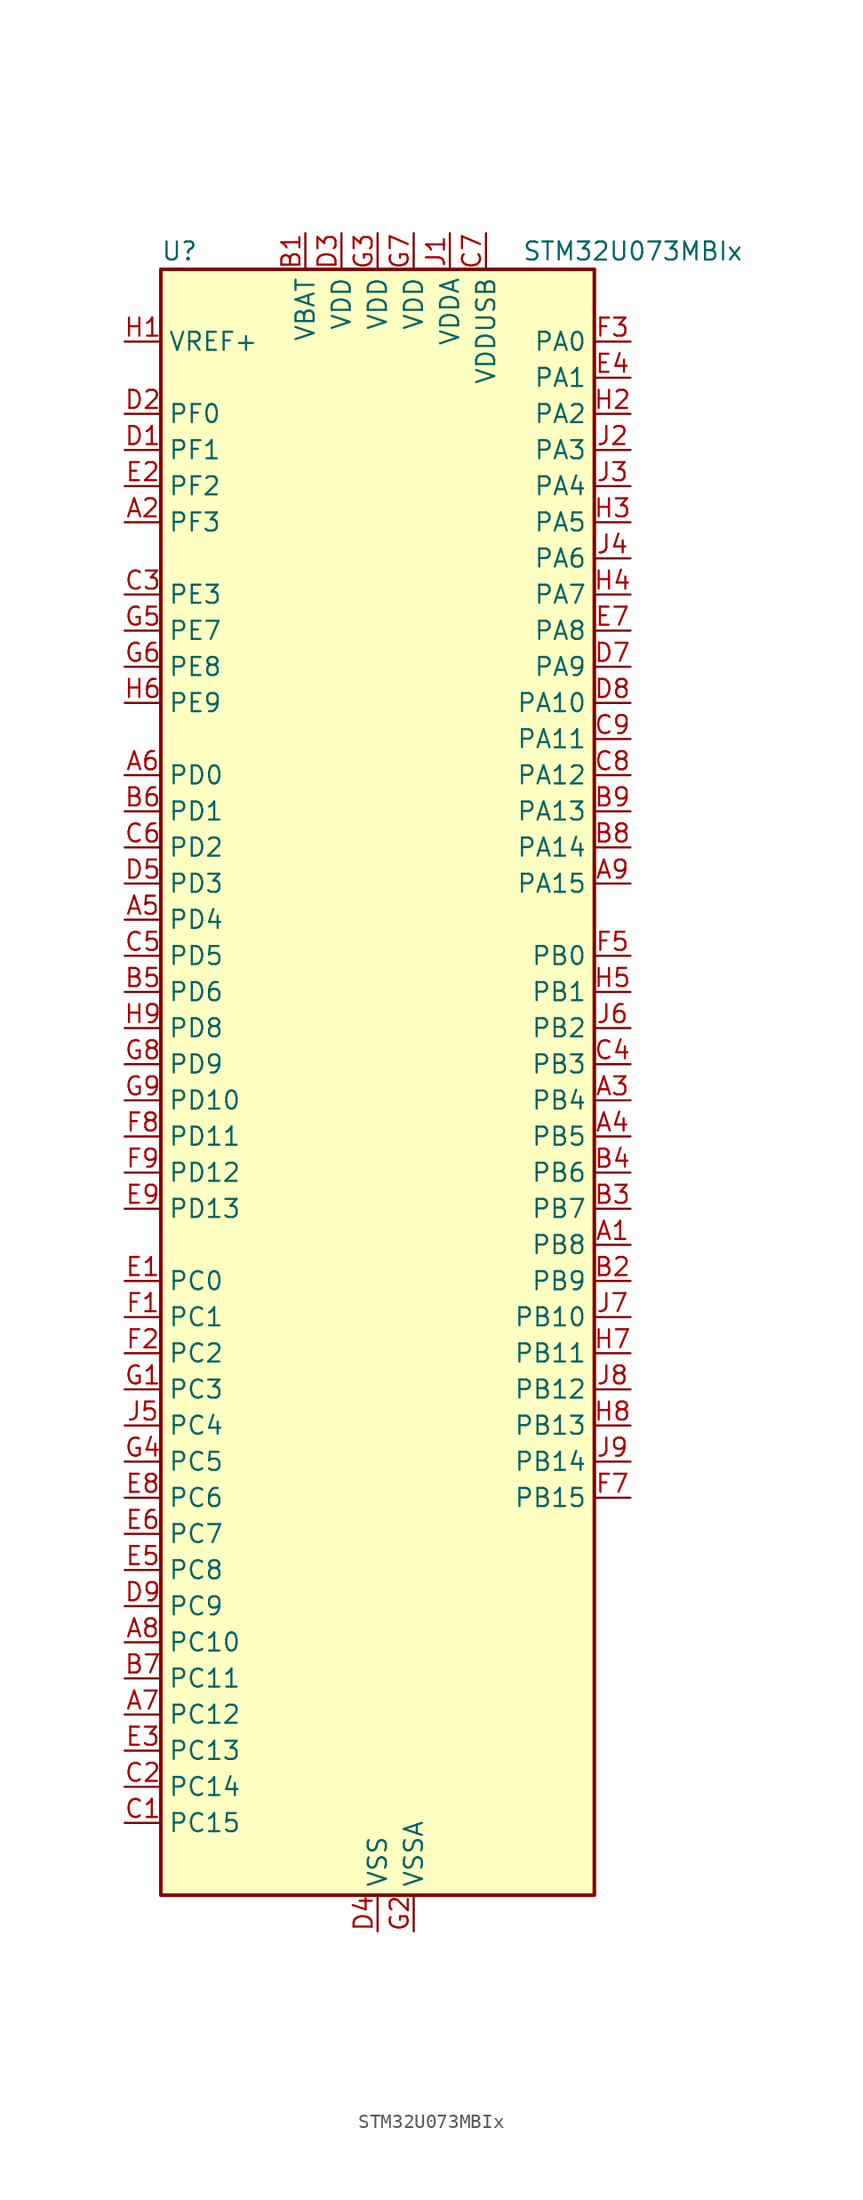
<source format=kicad_sym>
(kicad_symbol_lib
  (version 20241209)
  (generator "kicad_symbol_editor")
  (generator_version "9.0")
  (symbol "STM32U073MBIx"
    (property "Reference" "U"
      (at -15.24 59.69 0)
      (effects (font (size 1.27 1.27)) (justify left)))
    (property "Value" "STM32U073MBIx"
      (at 10.16 59.69 0)
      (effects (font (size 1.27 1.27)) (justify left)))
    (symbol "STM32U073MBIx_0_1"
      (rectangle (start -15.24 -55.88) (end 15.24 58.42) (stroke (width 0.254) (type default)) (fill (type background))))
    (symbol "STM32U073MBIx_1_1"
      (pin input line (at -17.78 53.34 0) (length 2.54) (name "VREF+" (effects (font (size 1.27 1.27)))) (number "H1" (effects (font (size 1.27 1.27)))) (alternate "VREFBUF_OUT" bidirectional line))
      (pin bidirectional line (at -17.78 48.26 0) (length 2.54) (name "PF0" (effects (font (size 1.27 1.27)))) (number "D2" (effects (font (size 1.27 1.27)))) (alternate "RCC_OSC_IN" bidirectional line))
      (pin bidirectional line (at -17.78 45.72 0) (length 2.54) (name "PF1" (effects (font (size 1.27 1.27)))) (number "D1" (effects (font (size 1.27 1.27)))) (alternate "RCC_OSC_EN" bidirectional line) (alternate "RCC_OSC_OUT" bidirectional line))
      (pin bidirectional line (at -17.78 43.18 0) (length 2.54) (name "PF2" (effects (font (size 1.27 1.27)))) (number "E2" (effects (font (size 1.27 1.27)))) (alternate "RCC_MCO" bidirectional line))
      (pin bidirectional line (at -17.78 40.64 0) (length 2.54) (name "PF3" (effects (font (size 1.27 1.27)))) (number "A2" (effects (font (size 1.27 1.27)))))
      (pin bidirectional line (at -17.78 35.56 0) (length 2.54) (name "PE3" (effects (font (size 1.27 1.27)))) (number "C3" (effects (font (size 1.27 1.27)))) (alternate "TIM3_CH1" bidirectional line))
      (pin bidirectional line (at -17.78 33.02 0) (length 2.54) (name "PE7" (effects (font (size 1.27 1.27)))) (number "G5" (effects (font (size 1.27 1.27)))) (alternate "LCD_SEG45" bidirectional line) (alternate "TIM1_ETR" bidirectional line))
      (pin bidirectional line (at -17.78 30.48 0) (length 2.54) (name "PE8" (effects (font (size 1.27 1.27)))) (number "G6" (effects (font (size 1.27 1.27)))) (alternate "LCD_SEG46" bidirectional line) (alternate "TIM1_CH1N" bidirectional line))
      (pin bidirectional line (at -17.78 27.94 0) (length 2.54) (name "PE9" (effects (font (size 1.27 1.27)))) (number "H6" (effects (font (size 1.27 1.27)))) (alternate "DAC1_EXTI9" bidirectional line) (alternate "LCD_SEG47" bidirectional line) (alternate "LPTIM1_CH3" bidirectional line) (alternate "TIM1_CH1" bidirectional line))
      (pin bidirectional line (at -17.78 22.86 0) (length 2.54) (name "PD0" (effects (font (size 1.27 1.27)))) (number "A6" (effects (font (size 1.27 1.27)))) (alternate "LCD_SEG34" bidirectional line) (alternate "SPI2_NSS" bidirectional line))
      (pin bidirectional line (at -17.78 20.32 0) (length 2.54) (name "PD1" (effects (font (size 1.27 1.27)))) (number "B6" (effects (font (size 1.27 1.27)))) (alternate "LCD_SEG35" bidirectional line) (alternate "LPTIM1_CH4" bidirectional line) (alternate "SPI2_SCK" bidirectional line))
      (pin bidirectional line (at -17.78 17.78 0) (length 2.54) (name "PD2" (effects (font (size 1.27 1.27)))) (number "C6" (effects (font (size 1.27 1.27)))) (alternate "LCD_COM7" bidirectional line) (alternate "LCD_SEG31" bidirectional line) (alternate "LCD_SEG51" bidirectional line) (alternate "TIM3_ETR" bidirectional line) (alternate "TSC_SYNC" bidirectional line) (alternate "USART3_DE" bidirectional line) (alternate "USART3_RTS" bidirectional line))
      (pin bidirectional line (at -17.78 15.24 0) (length 2.54) (name "PD3" (effects (font (size 1.27 1.27)))) (number "D5" (effects (font (size 1.27 1.27)))) (alternate "LCD_SEG36" bidirectional line) (alternate "SPI2_MISO" bidirectional line) (alternate "USART2_CTS" bidirectional line))
      (pin bidirectional line (at -17.78 12.7 0) (length 2.54) (name "PD4" (effects (font (size 1.27 1.27)))) (number "A5" (effects (font (size 1.27 1.27)))) (alternate "LCD_SEG37" bidirectional line) (alternate "LPTIM1_CH3" bidirectional line) (alternate "SPI2_MOSI" bidirectional line) (alternate "USART2_DE" bidirectional line) (alternate "USART2_RTS" bidirectional line))
      (pin bidirectional line (at -17.78 10.16 0) (length 2.54) (name "PD5" (effects (font (size 1.27 1.27)))) (number "C5" (effects (font (size 1.27 1.27)))) (alternate "LCD_SEG38" bidirectional line) (alternate "USART2_TX" bidirectional line))
      (pin bidirectional line (at -17.78 7.62 0) (length 2.54) (name "PD6" (effects (font (size 1.27 1.27)))) (number "B5" (effects (font (size 1.27 1.27)))) (alternate "LCD_SEG39" bidirectional line) (alternate "USART2_RX" bidirectional line))
      (pin bidirectional line (at -17.78 5.08 0) (length 2.54) (name "PD8" (effects (font (size 1.27 1.27)))) (number "H9" (effects (font (size 1.27 1.27)))) (alternate "LCD_SEG28" bidirectional line) (alternate "LPUART3_TX" bidirectional line) (alternate "USART3_TX" bidirectional line))
      (pin bidirectional line (at -17.78 2.54 0) (length 2.54) (name "PD9" (effects (font (size 1.27 1.27)))) (number "G8" (effects (font (size 1.27 1.27)))) (alternate "DAC1_EXTI9" bidirectional line) (alternate "LCD_SEG29" bidirectional line) (alternate "LPTIM3_IN1" bidirectional line) (alternate "LPUART3_RX" bidirectional line) (alternate "USART3_RX" bidirectional line))
      (pin bidirectional line (at -17.78 0 0) (length 2.54) (name "PD10" (effects (font (size 1.27 1.27)))) (number "G9" (effects (font (size 1.27 1.27)))) (alternate "COMP2_INP" bidirectional line) (alternate "LCD_SEG30" bidirectional line) (alternate "LPTIM2_CH2" bidirectional line) (alternate "LPTIM3_ETR" bidirectional line) (alternate "TSC_G6_IO1" bidirectional line) (alternate "USART3_CK" bidirectional line))
      (pin bidirectional line (at -17.78 -2.54 0) (length 2.54) (name "PD11" (effects (font (size 1.27 1.27)))) (number "F8" (effects (font (size 1.27 1.27)))) (alternate "ADC1_EXTI11" bidirectional line) (alternate "LCD_SEG31" bidirectional line) (alternate "LPTIM2_ETR" bidirectional line) (alternate "LPUART3_CTS" bidirectional line) (alternate "TSC_G6_IO2" bidirectional line) (alternate "USART3_CTS" bidirectional line))
      (pin bidirectional line (at -17.78 -5.08 0) (length 2.54) (name "PD12" (effects (font (size 1.27 1.27)))) (number "F9" (effects (font (size 1.27 1.27)))) (alternate "I2C4_SCL" bidirectional line) (alternate "LCD_SEG32" bidirectional line) (alternate "LPTIM2_IN1" bidirectional line) (alternate "LPUART3_DE" bidirectional line) (alternate "LPUART3_RTS" bidirectional line) (alternate "TSC_G6_IO3" bidirectional line) (alternate "USART3_DE" bidirectional line) (alternate "USART3_RTS" bidirectional line))
      (pin bidirectional line (at -17.78 -7.62 0) (length 2.54) (name "PD13" (effects (font (size 1.27 1.27)))) (number "E9" (effects (font (size 1.27 1.27)))) (alternate "I2C4_SDA" bidirectional line) (alternate "LCD_SEG33" bidirectional line) (alternate "LPTIM2_CH1" bidirectional line) (alternate "TSC_G6_IO4" bidirectional line))
      (pin bidirectional line (at -17.78 -12.7 0) (length 2.54) (name "PC0" (effects (font (size 1.27 1.27)))) (number "E1" (effects (font (size 1.27 1.27)))) (alternate "ADC1_IN0" bidirectional line) (alternate "I2C3_SCL" bidirectional line) (alternate "I2C4_SCL" bidirectional line) (alternate "LCD_SEG18" bidirectional line) (alternate "LPTIM1_IN1" bidirectional line) (alternate "LPTIM2_IN1" bidirectional line) (alternate "LPUART1_RX" bidirectional line) (alternate "LPUART2_TX" bidirectional line))
      (pin bidirectional line (at -17.78 -15.24 0) (length 2.54) (name "PC1" (effects (font (size 1.27 1.27)))) (number "F1" (effects (font (size 1.27 1.27)))) (alternate "ADC1_IN1" bidirectional line) (alternate "I2C3_SDA" bidirectional line) (alternate "I2C4_SDA" bidirectional line) (alternate "LCD_SEG19" bidirectional line) (alternate "LPTIM1_CH1" bidirectional line) (alternate "LPUART1_TX" bidirectional line) (alternate "LPUART2_RX" bidirectional line))
      (pin bidirectional line (at -17.78 -17.78 0) (length 2.54) (name "PC2" (effects (font (size 1.27 1.27)))) (number "F2" (effects (font (size 1.27 1.27)))) (alternate "ADC1_IN2" bidirectional line) (alternate "LCD_SEG20" bidirectional line) (alternate "LPTIM1_IN2" bidirectional line) (alternate "RCC_MCO2" bidirectional line) (alternate "SPI2_MISO" bidirectional line))
      (pin bidirectional line (at -17.78 -20.32 0) (length 2.54) (name "PC3" (effects (font (size 1.27 1.27)))) (number "G1" (effects (font (size 1.27 1.27)))) (alternate "ADC1_IN3" bidirectional line) (alternate "LCD_VLCD" bidirectional line) (alternate "LPTIM1_ETR" bidirectional line) (alternate "LPTIM2_ETR" bidirectional line) (alternate "LPTIM3_CH1" bidirectional line) (alternate "SPI2_MOSI" bidirectional line) (alternate "USART4_CK" bidirectional line))
      (pin bidirectional line (at -17.78 -22.86 0) (length 2.54) (name "PC4" (effects (font (size 1.27 1.27)))) (number "J5" (effects (font (size 1.27 1.27)))) (alternate "ADC1_IN15" bidirectional line) (alternate "COMP1_INM" bidirectional line) (alternate "LCD_SEG22" bidirectional line) (alternate "LPUART3_TX" bidirectional line) (alternate "USART3_TX" bidirectional line))
      (pin bidirectional line (at -17.78 -25.4 0) (length 2.54) (name "PC5" (effects (font (size 1.27 1.27)))) (number "G4" (effects (font (size 1.27 1.27)))) (alternate "ADC1_IN16" bidirectional line) (alternate "COMP1_INP" bidirectional line) (alternate "LCD_SEG23" bidirectional line) (alternate "LPTIM3_CH3" bidirectional line) (alternate "LPUART3_RX" bidirectional line) (alternate "PWR_WKUP5" bidirectional line) (alternate "TAMP_IN4" bidirectional line) (alternate "USART3_RX" bidirectional line))
      (pin bidirectional line (at -17.78 -27.94 0) (length 2.54) (name "PC6" (effects (font (size 1.27 1.27)))) (number "E8" (effects (font (size 1.27 1.27)))) (alternate "COMP1_INP" bidirectional line) (alternate "LCD_SEG24" bidirectional line) (alternate "LPUART2_TX" bidirectional line) (alternate "TIM3_CH1" bidirectional line) (alternate "TSC_G4_IO1" bidirectional line))
      (pin bidirectional line (at -17.78 -30.48 0) (length 2.54) (name "PC7" (effects (font (size 1.27 1.27)))) (number "E6" (effects (font (size 1.27 1.27)))) (alternate "LCD_SEG25" bidirectional line) (alternate "LPTIM2_CH2" bidirectional line) (alternate "LPTIM3_CH4" bidirectional line) (alternate "LPUART2_RX" bidirectional line) (alternate "TIM3_CH2" bidirectional line) (alternate "TSC_G4_IO2" bidirectional line))
      (pin bidirectional line (at -17.78 -33.02 0) (length 2.54) (name "PC8" (effects (font (size 1.27 1.27)))) (number "E5" (effects (font (size 1.27 1.27)))) (alternate "LCD_SEG26" bidirectional line) (alternate "LPTIM3_CH1" bidirectional line) (alternate "TIM3_CH3" bidirectional line) (alternate "TSC_G4_IO3" bidirectional line))
      (pin bidirectional line (at -17.78 -35.56 0) (length 2.54) (name "PC9" (effects (font (size 1.27 1.27)))) (number "D9" (effects (font (size 1.27 1.27)))) (alternate "DAC1_EXTI9" bidirectional line) (alternate "LCD_SEG27" bidirectional line) (alternate "LPTIM3_CH2" bidirectional line) (alternate "TIM3_CH4" bidirectional line) (alternate "TSC_G4_IO4" bidirectional line) (alternate "USB_NOE" bidirectional line))
      (pin bidirectional line (at -17.78 -38.1 0) (length 2.54) (name "PC10" (effects (font (size 1.27 1.27)))) (number "A8" (effects (font (size 1.27 1.27)))) (alternate "LCD_COM4" bidirectional line) (alternate "LCD_SEG28" bidirectional line) (alternate "LCD_SEG48" bidirectional line) (alternate "LPTIM3_ETR" bidirectional line) (alternate "SPI3_SCK" bidirectional line) (alternate "TSC_G3_IO2" bidirectional line) (alternate "USART3_TX" bidirectional line) (alternate "USART4_TX" bidirectional line))
      (pin bidirectional line (at -17.78 -40.64 0) (length 2.54) (name "PC11" (effects (font (size 1.27 1.27)))) (number "B7" (effects (font (size 1.27 1.27)))) (alternate "ADC1_EXTI11" bidirectional line) (alternate "LCD_COM5" bidirectional line) (alternate "LCD_SEG29" bidirectional line) (alternate "LCD_SEG49" bidirectional line) (alternate "LPTIM3_IN1" bidirectional line) (alternate "SPI3_MISO" bidirectional line) (alternate "TSC_G3_IO3" bidirectional line) (alternate "USART3_RX" bidirectional line) (alternate "USART4_RX" bidirectional line))
      (pin bidirectional line (at -17.78 -43.18 0) (length 2.54) (name "PC12" (effects (font (size 1.27 1.27)))) (number "A7" (effects (font (size 1.27 1.27)))) (alternate "LCD_COM6" bidirectional line) (alternate "LCD_SEG30" bidirectional line) (alternate "LCD_SEG50" bidirectional line) (alternate "LPTIM3_CH3" bidirectional line) (alternate "SPI3_MOSI" bidirectional line) (alternate "USART3_CK" bidirectional line) (alternate "USART4_CK" bidirectional line))
      (pin bidirectional line (at -17.78 -45.72 0) (length 2.54) (name "PC13" (effects (font (size 1.27 1.27)))) (number "E3" (effects (font (size 1.27 1.27)))) (alternate "LPTIM1_CH3" bidirectional line) (alternate "LPTIM3_CH3" bidirectional line) (alternate "PWR_WKUP2" bidirectional line) (alternate "RTC_OUT1" bidirectional line) (alternate "RTC_TS" bidirectional line) (alternate "TAMP_IN1" bidirectional line))
      (pin bidirectional line (at -17.78 -48.26 0) (length 2.54) (name "PC14" (effects (font (size 1.27 1.27)))) (number "C2" (effects (font (size 1.27 1.27)))) (alternate "RCC_OSC32_IN" bidirectional line))
      (pin bidirectional line (at -17.78 -50.8 0) (length 2.54) (name "PC15" (effects (font (size 1.27 1.27)))) (number "C1" (effects (font (size 1.27 1.27)))) (alternate "RCC_OSC32_EN" bidirectional line) (alternate "RCC_OSC32_OUT" bidirectional line) (alternate "RCC_OSC_EN" bidirectional line))
      (pin power_in line (at -5.08 60.96 270) (length 2.54) (name "VBAT" (effects (font (size 1.27 1.27)))) (number "B1" (effects (font (size 1.27 1.27)))))
      (pin power_in line (at -2.54 60.96 270) (length 2.54) (name "VDD" (effects (font (size 1.27 1.27)))) (number "D3" (effects (font (size 1.27 1.27)))))
      (pin power_in line (at 0 60.96 270) (length 2.54) (name "VDD" (effects (font (size 1.27 1.27)))) (number "G3" (effects (font (size 1.27 1.27)))))
      (pin power_in line (at 0 -58.42 90) (length 2.54) (name "VSS" (effects (font (size 1.27 1.27)))) (number "D4" (effects (font (size 1.27 1.27)))))
      (pin passive line (at 0 -58.42 90) (length 2.54) (hide yes) (name "VSS" (effects (font (size 1.27 1.27)))) (number "D6" (effects (font (size 1.27 1.27)))))
      (pin passive line (at 0 -58.42 90) (length 2.54) (hide yes) (name "VSS" (effects (font (size 1.27 1.27)))) (number "F4" (effects (font (size 1.27 1.27)))))
      (pin passive line (at 0 -58.42 90) (length 2.54) (hide yes) (name "VSS" (effects (font (size 1.27 1.27)))) (number "F6" (effects (font (size 1.27 1.27)))))
      (pin power_in line (at 2.54 60.96 270) (length 2.54) (name "VDD" (effects (font (size 1.27 1.27)))) (number "G7" (effects (font (size 1.27 1.27)))))
      (pin power_in line (at 2.54 -58.42 90) (length 2.54) (name "VSSA" (effects (font (size 1.27 1.27)))) (number "G2" (effects (font (size 1.27 1.27)))))
      (pin power_in line (at 5.08 60.96 270) (length 2.54) (name "VDDA" (effects (font (size 1.27 1.27)))) (number "J1" (effects (font (size 1.27 1.27)))))
      (pin power_in line (at 7.62 60.96 270) (length 2.54) (name "VDDUSB" (effects (font (size 1.27 1.27)))) (number "C7" (effects (font (size 1.27 1.27)))))
      (pin bidirectional line (at 17.78 53.34 180) (length 2.54) (name "PA0" (effects (font (size 1.27 1.27)))) (number "F3" (effects (font (size 1.27 1.27)))) (alternate "ADC1_IN4" bidirectional line) (alternate "COMP1_INM" bidirectional line) (alternate "COMP1_OUT" bidirectional line) (alternate "LCD_SEG42" bidirectional line) (alternate "OPAMP1_VINP" bidirectional line) (alternate "PWR_WKUP1" bidirectional line) (alternate "TAMP_IN2" bidirectional line) (alternate "TIM2_CH1" bidirectional line) (alternate "TIM2_ETR" bidirectional line) (alternate "USART2_CTS" bidirectional line) (alternate "USART4_TX" bidirectional line))
      (pin bidirectional line (at 17.78 50.8 180) (length 2.54) (name "PA1" (effects (font (size 1.27 1.27)))) (number "E4" (effects (font (size 1.27 1.27)))) (alternate "ADC1_IN5" bidirectional line) (alternate "COMP1_INP" bidirectional line) (alternate "LCD_SEG0" bidirectional line) (alternate "LPTIM1_CH2" bidirectional line) (alternate "OPAMP1_VINM" bidirectional line) (alternate "PWR_WKUP3" bidirectional line) (alternate "SPI1_SCK" bidirectional line) (alternate "SPI2_SCK" bidirectional line) (alternate "TAMP_IN5" bidirectional line) (alternate "TIM15_CH1N" bidirectional line) (alternate "TIM2_CH2" bidirectional line) (alternate "USART2_DE" bidirectional line) (alternate "USART2_RTS" bidirectional line) (alternate "USART4_RX" bidirectional line))
      (pin bidirectional line (at 17.78 48.26 180) (length 2.54) (name "PA2" (effects (font (size 1.27 1.27)))) (number "H2" (effects (font (size 1.27 1.27)))) (alternate "ADC1_IN6" bidirectional line) (alternate "COMP2_INM" bidirectional line) (alternate "COMP2_OUT" bidirectional line) (alternate "LCD_SEG1" bidirectional line) (alternate "LPUART1_TX" bidirectional line) (alternate "PWR_WKUP4" bidirectional line) (alternate "RCC_LSCO" bidirectional line) (alternate "TIM15_CH1" bidirectional line) (alternate "TIM2_CH3" bidirectional line) (alternate "USART2_TX" bidirectional line))
      (pin bidirectional line (at 17.78 45.72 180) (length 2.54) (name "PA3" (effects (font (size 1.27 1.27)))) (number "J2" (effects (font (size 1.27 1.27)))) (alternate "ADC1_IN7" bidirectional line) (alternate "COMP2_INP" bidirectional line) (alternate "LCD_SEG2" bidirectional line) (alternate "LPUART1_RX" bidirectional line) (alternate "OPAMP1_VOUT" bidirectional line) (alternate "TIM15_CH2" bidirectional line) (alternate "TIM2_CH4" bidirectional line) (alternate "USART2_RX" bidirectional line))
      (pin bidirectional line (at 17.78 43.18 180) (length 2.54) (name "PA4" (effects (font (size 1.27 1.27)))) (number "J3" (effects (font (size 1.27 1.27)))) (alternate "ADC1_IN8" bidirectional line) (alternate "COMP1_INM" bidirectional line) (alternate "COMP2_INM" bidirectional line) (alternate "DAC1_OUT1" bidirectional line) (alternate "LCD_SEG43" bidirectional line) (alternate "LPTIM2_CH1" bidirectional line) (alternate "LPUART3_TX" bidirectional line) (alternate "SPI1_NSS" bidirectional line) (alternate "SPI3_NSS" bidirectional line) (alternate "USART2_CK" bidirectional line))
      (pin bidirectional line (at 17.78 40.64 180) (length 2.54) (name "PA5" (effects (font (size 1.27 1.27)))) (number "H3" (effects (font (size 1.27 1.27)))) (alternate "ADC1_IN9" bidirectional line) (alternate "COMP1_INM" bidirectional line) (alternate "COMP2_INM" bidirectional line) (alternate "LCD_SEG44" bidirectional line) (alternate "LPTIM2_ETR" bidirectional line) (alternate "LPUART3_RX" bidirectional line) (alternate "SPI1_SCK" bidirectional line) (alternate "TIM2_CH1" bidirectional line) (alternate "TIM2_ETR" bidirectional line) (alternate "USART3_TX" bidirectional line))
      (pin bidirectional line (at 17.78 38.1 180) (length 2.54) (name "PA6" (effects (font (size 1.27 1.27)))) (number "J4" (effects (font (size 1.27 1.27)))) (alternate "ADC1_IN10" bidirectional line) (alternate "COMP1_OUT" bidirectional line) (alternate "I2C2_SDA" bidirectional line) (alternate "I2C3_SDA" bidirectional line) (alternate "LCD_SEG3" bidirectional line) (alternate "LPUART1_CTS" bidirectional line) (alternate "SPI1_MISO" bidirectional line) (alternate "TIM16_CH1" bidirectional line) (alternate "TIM1_BKIN" bidirectional line) (alternate "TIM3_CH1" bidirectional line) (alternate "TSC_G5_IO1" bidirectional line) (alternate "USART3_CTS" bidirectional line))
      (pin bidirectional line (at 17.78 35.56 180) (length 2.54) (name "PA7" (effects (font (size 1.27 1.27)))) (number "H4" (effects (font (size 1.27 1.27)))) (alternate "ADC1_IN14" bidirectional line) (alternate "COMP2_OUT" bidirectional line) (alternate "I2C2_SCL" bidirectional line) (alternate "I2C3_SCL" bidirectional line) (alternate "LCD_SEG4" bidirectional line) (alternate "LPTIM2_CH2" bidirectional line) (alternate "SPI1_MOSI" bidirectional line) (alternate "TIM1_CH1N" bidirectional line) (alternate "TIM3_CH2" bidirectional line) (alternate "USART3_RX" bidirectional line))
      (pin bidirectional line (at 17.78 33.02 180) (length 2.54) (name "PA8" (effects (font (size 1.27 1.27)))) (number "E7" (effects (font (size 1.27 1.27)))) (alternate "LCD_COM0" bidirectional line) (alternate "LPTIM2_CH1" bidirectional line) (alternate "RCC_MCO" bidirectional line) (alternate "RCC_MCO2" bidirectional line) (alternate "TIM1_CH1" bidirectional line) (alternate "TSC_G7_IO1" bidirectional line) (alternate "USART1_CK" bidirectional line))
      (pin bidirectional line (at 17.78 30.48 180) (length 2.54) (name "PA9" (effects (font (size 1.27 1.27)))) (number "D7" (effects (font (size 1.27 1.27)))) (alternate "COMP1_INP" bidirectional line) (alternate "DAC1_EXTI9" bidirectional line) (alternate "I2C1_SCL" bidirectional line) (alternate "I2C2_SCL" bidirectional line) (alternate "LCD_COM1" bidirectional line) (alternate "RCC_MCO" bidirectional line) (alternate "TIM15_BKIN" bidirectional line) (alternate "TIM1_CH2" bidirectional line) (alternate "TSC_G7_IO2" bidirectional line) (alternate "USART1_TX" bidirectional line))
      (pin bidirectional line (at 17.78 27.94 180) (length 2.54) (name "PA10" (effects (font (size 1.27 1.27)))) (number "D8" (effects (font (size 1.27 1.27)))) (alternate "CRS_SYNC" bidirectional line) (alternate "I2C1_SDA" bidirectional line) (alternate "I2C2_SDA" bidirectional line) (alternate "LCD_COM2" bidirectional line) (alternate "RCC_MCO2" bidirectional line) (alternate "SPI2_NSS" bidirectional line) (alternate "TIM1_CH3" bidirectional line) (alternate "TSC_G7_IO3" bidirectional line) (alternate "USART1_RX" bidirectional line))
      (pin bidirectional line (at 17.78 25.4 180) (length 2.54) (name "PA11" (effects (font (size 1.27 1.27)))) (number "C9" (effects (font (size 1.27 1.27)))) (alternate "ADC1_EXTI11" bidirectional line) (alternate "COMP1_OUT" bidirectional line) (alternate "SPI1_MISO" bidirectional line) (alternate "SPI2_MISO" bidirectional line) (alternate "TIM1_BKIN2" bidirectional line) (alternate "TIM1_CH4" bidirectional line) (alternate "USART1_CTS" bidirectional line) (alternate "USB_DM" bidirectional line))
      (pin bidirectional line (at 17.78 22.86 180) (length 2.54) (name "PA12" (effects (font (size 1.27 1.27)))) (number "C8" (effects (font (size 1.27 1.27)))) (alternate "SPI1_MOSI" bidirectional line) (alternate "SPI2_MOSI" bidirectional line) (alternate "TIM1_ETR" bidirectional line) (alternate "USART1_DE" bidirectional line) (alternate "USART1_RTS" bidirectional line) (alternate "USB_DP" bidirectional line))
      (pin bidirectional line (at 17.78 20.32 180) (length 2.54) (name "PA13" (effects (font (size 1.27 1.27)))) (number "B9" (effects (font (size 1.27 1.27)))) (alternate "DEBUG_JTMS-SWDIO" bidirectional line) (alternate "IR_OUT" bidirectional line) (alternate "LCD_SEG40" bidirectional line) (alternate "TSC_G7_IO4" bidirectional line) (alternate "USB_NOE" bidirectional line))
      (pin bidirectional line (at 17.78 17.78 180) (length 2.54) (name "PA14" (effects (font (size 1.27 1.27)))) (number "B8" (effects (font (size 1.27 1.27)))) (alternate "DEBUG_JTCK-SWCLK" bidirectional line) (alternate "LCD_SEG41" bidirectional line) (alternate "LPTIM1_CH1" bidirectional line) (alternate "TSC_G3_IO4" bidirectional line))
      (pin bidirectional line (at 17.78 15.24 180) (length 2.54) (name "PA15" (effects (font (size 1.27 1.27)))) (number "A9" (effects (font (size 1.27 1.27)))) (alternate "DEBUG_JTDI" bidirectional line) (alternate "LCD_SEG17" bidirectional line) (alternate "LPTIM3_CH3" bidirectional line) (alternate "LPTIM3_IN2" bidirectional line) (alternate "SPI1_NSS" bidirectional line) (alternate "SPI3_NSS" bidirectional line) (alternate "TIM2_CH1" bidirectional line) (alternate "TIM2_ETR" bidirectional line) (alternate "TSC_G3_IO1" bidirectional line) (alternate "USART2_RX" bidirectional line) (alternate "USART3_DE" bidirectional line) (alternate "USART3_RTS" bidirectional line) (alternate "USART4_DE" bidirectional line) (alternate "USART4_RTS" bidirectional line))
      (pin bidirectional line (at 17.78 10.16 180) (length 2.54) (name "PB0" (effects (font (size 1.27 1.27)))) (number "F5" (effects (font (size 1.27 1.27)))) (alternate "ADC1_IN17" bidirectional line) (alternate "COMP1_OUT" bidirectional line) (alternate "LCD_SEG5" bidirectional line) (alternate "LPTIM3_CH1" bidirectional line) (alternate "LPUART2_CTS" bidirectional line) (alternate "SPI1_NSS" bidirectional line) (alternate "TIM1_CH2N" bidirectional line) (alternate "TIM3_CH3" bidirectional line) (alternate "TSC_G5_IO2" bidirectional line) (alternate "USART3_CK" bidirectional line))
      (pin bidirectional line (at 17.78 7.62 180) (length 2.54) (name "PB1" (effects (font (size 1.27 1.27)))) (number "H5" (effects (font (size 1.27 1.27)))) (alternate "ADC1_IN18" bidirectional line) (alternate "COMP1_INM" bidirectional line) (alternate "LCD_SEG6" bidirectional line) (alternate "LPTIM2_IN1" bidirectional line) (alternate "LPTIM3_CH2" bidirectional line) (alternate "LPUART1_DE" bidirectional line) (alternate "LPUART1_RTS" bidirectional line) (alternate "LPUART2_DE" bidirectional line) (alternate "LPUART2_RTS" bidirectional line) (alternate "TIM1_CH3N" bidirectional line) (alternate "TIM3_CH4" bidirectional line) (alternate "TSC_SYNC" bidirectional line) (alternate "USART3_DE" bidirectional line) (alternate "USART3_RTS" bidirectional line))
      (pin bidirectional line (at 17.78 5.08 180) (length 2.54) (name "PB2" (effects (font (size 1.27 1.27)))) (number "J6" (effects (font (size 1.27 1.27)))) (alternate "COMP1_INP" bidirectional line) (alternate "LCD_VLCD" bidirectional line) (alternate "LPTIM1_CH1" bidirectional line) (alternate "RTC_OUT2" bidirectional line))
      (pin bidirectional line (at 17.78 2.54 180) (length 2.54) (name "PB3" (effects (font (size 1.27 1.27)))) (number "C4" (effects (font (size 1.27 1.27)))) (alternate "COMP2_INM" bidirectional line) (alternate "DEBUG_JTDO-SWO" bidirectional line) (alternate "I2C2_SCL" bidirectional line) (alternate "I2C3_SCL" bidirectional line) (alternate "LCD_SEG7" bidirectional line) (alternate "LPTIM1_CH3" bidirectional line) (alternate "SPI1_SCK" bidirectional line) (alternate "SPI3_SCK" bidirectional line) (alternate "TIM2_CH2" bidirectional line) (alternate "USART1_DE" bidirectional line) (alternate "USART1_RTS" bidirectional line))
      (pin bidirectional line (at 17.78 0 180) (length 2.54) (name "PB4" (effects (font (size 1.27 1.27)))) (number "A3" (effects (font (size 1.27 1.27)))) (alternate "COMP2_INP" bidirectional line) (alternate "I2C2_SDA" bidirectional line) (alternate "I2C3_SDA" bidirectional line) (alternate "LCD_SEG8" bidirectional line) (alternate "LPTIM1_CH4" bidirectional line) (alternate "LPUART3_DE" bidirectional line) (alternate "LPUART3_RTS" bidirectional line) (alternate "SPI1_MISO" bidirectional line) (alternate "SPI3_MISO" bidirectional line) (alternate "TIM3_CH1" bidirectional line) (alternate "TSC_G2_IO1" bidirectional line) (alternate "USART1_CTS" bidirectional line))
      (pin bidirectional line (at 17.78 -2.54 180) (length 2.54) (name "PB5" (effects (font (size 1.27 1.27)))) (number "A4" (effects (font (size 1.27 1.27)))) (alternate "COMP2_OUT" bidirectional line) (alternate "LCD_SEG9" bidirectional line) (alternate "LPTIM1_IN1" bidirectional line) (alternate "LPUART3_CTS" bidirectional line) (alternate "SPI1_MOSI" bidirectional line) (alternate "SPI3_MOSI" bidirectional line) (alternate "TIM16_BKIN" bidirectional line) (alternate "TIM3_CH2" bidirectional line) (alternate "TSC_G2_IO2" bidirectional line) (alternate "USART1_CK" bidirectional line))
      (pin bidirectional line (at 17.78 -5.08 180) (length 2.54) (name "PB6" (effects (font (size 1.27 1.27)))) (number "B4" (effects (font (size 1.27 1.27)))) (alternate "COMP2_INP" bidirectional line) (alternate "I2C1_SCL" bidirectional line) (alternate "I2C2_SCL" bidirectional line) (alternate "I2C4_SCL" bidirectional line) (alternate "LPTIM1_ETR" bidirectional line) (alternate "LPUART2_TX" bidirectional line) (alternate "LPUART3_TX" bidirectional line) (alternate "TIM16_CH1N" bidirectional line) (alternate "TSC_G2_IO3" bidirectional line) (alternate "USART1_TX" bidirectional line))
      (pin bidirectional line (at 17.78 -7.62 180) (length 2.54) (name "PB7" (effects (font (size 1.27 1.27)))) (number "B3" (effects (font (size 1.27 1.27)))) (alternate "COMP2_INM" bidirectional line) (alternate "I2C1_SDA" bidirectional line) (alternate "I2C2_SDA" bidirectional line) (alternate "I2C4_SDA" bidirectional line) (alternate "LCD_SEG21" bidirectional line) (alternate "LPTIM1_IN2" bidirectional line) (alternate "LPUART2_RX" bidirectional line) (alternate "LPUART3_RX" bidirectional line) (alternate "PWR_PVD_IN" bidirectional line) (alternate "TSC_G2_IO4" bidirectional line) (alternate "USART1_RX" bidirectional line) (alternate "USART4_CTS" bidirectional line))
      (pin bidirectional line (at 17.78 -10.16 180) (length 2.54) (name "PB8" (effects (font (size 1.27 1.27)))) (number "A1" (effects (font (size 1.27 1.27)))) (alternate "I2C1_SCL" bidirectional line) (alternate "I2C2_SCL" bidirectional line) (alternate "LCD_SEG16" bidirectional line) (alternate "LPTIM1_IN2" bidirectional line) (alternate "LPTIM3_IN2" bidirectional line) (alternate "TIM16_CH1" bidirectional line) (alternate "USART3_TX" bidirectional line))
      (pin bidirectional line (at 17.78 -12.7 180) (length 2.54) (name "PB9" (effects (font (size 1.27 1.27)))) (number "B2" (effects (font (size 1.27 1.27)))) (alternate "DAC1_EXTI9" bidirectional line) (alternate "I2C1_SDA" bidirectional line) (alternate "I2C2_SDA" bidirectional line) (alternate "IR_OUT" bidirectional line) (alternate "LCD_COM3" bidirectional line) (alternate "LPTIM1_CH4" bidirectional line) (alternate "LPTIM3_CH4" bidirectional line) (alternate "SPI2_NSS" bidirectional line) (alternate "USART3_RX" bidirectional line))
      (pin bidirectional line (at 17.78 -15.24 180) (length 2.54) (name "PB10" (effects (font (size 1.27 1.27)))) (number "J7" (effects (font (size 1.27 1.27)))) (alternate "COMP1_OUT" bidirectional line) (alternate "I2C2_SCL" bidirectional line) (alternate "I2C4_SCL" bidirectional line) (alternate "LCD_SEG10" bidirectional line) (alternate "LPTIM3_CH1" bidirectional line) (alternate "LPUART1_RX" bidirectional line) (alternate "LPUART2_RX" bidirectional line) (alternate "SPI2_SCK" bidirectional line) (alternate "TIM2_CH3" bidirectional line) (alternate "TSC_G5_IO3" bidirectional line) (alternate "USART3_TX" bidirectional line))
      (pin bidirectional line (at 17.78 -17.78 180) (length 2.54) (name "PB11" (effects (font (size 1.27 1.27)))) (number "H7" (effects (font (size 1.27 1.27)))) (alternate "ADC1_EXTI11" bidirectional line) (alternate "COMP2_OUT" bidirectional line) (alternate "I2C2_SDA" bidirectional line) (alternate "I2C4_SDA" bidirectional line) (alternate "LCD_SEG11" bidirectional line) (alternate "LPUART1_TX" bidirectional line) (alternate "LPUART2_TX" bidirectional line) (alternate "TIM2_CH4" bidirectional line) (alternate "TSC_G5_IO4" bidirectional line) (alternate "USART3_RX" bidirectional line))
      (pin bidirectional line (at 17.78 -20.32 180) (length 2.54) (name "PB12" (effects (font (size 1.27 1.27)))) (number "J8" (effects (font (size 1.27 1.27)))) (alternate "LCD_SEG12" bidirectional line) (alternate "LPUART1_DE" bidirectional line) (alternate "LPUART1_RTS" bidirectional line) (alternate "SPI2_NSS" bidirectional line) (alternate "TIM15_BKIN" bidirectional line) (alternate "TIM1_BKIN" bidirectional line) (alternate "TSC_G1_IO1" bidirectional line) (alternate "USART3_CK" bidirectional line))
      (pin bidirectional line (at 17.78 -22.86 180) (length 2.54) (name "PB13" (effects (font (size 1.27 1.27)))) (number "H8" (effects (font (size 1.27 1.27)))) (alternate "I2C2_SCL" bidirectional line) (alternate "LCD_SEG13" bidirectional line) (alternate "LPTIM3_IN1" bidirectional line) (alternate "LPUART1_CTS" bidirectional line) (alternate "SPI2_SCK" bidirectional line) (alternate "TIM15_CH1N" bidirectional line) (alternate "TIM1_CH1N" bidirectional line) (alternate "TSC_G1_IO2" bidirectional line) (alternate "USART3_CTS" bidirectional line))
      (pin bidirectional line (at 17.78 -25.4 180) (length 2.54) (name "PB14" (effects (font (size 1.27 1.27)))) (number "J9" (effects (font (size 1.27 1.27)))) (alternate "I2C2_SDA" bidirectional line) (alternate "LCD_SEG14" bidirectional line) (alternate "LPTIM3_ETR" bidirectional line) (alternate "SPI2_MISO" bidirectional line) (alternate "TIM15_CH1" bidirectional line) (alternate "TIM1_CH2N" bidirectional line) (alternate "TSC_G1_IO3" bidirectional line) (alternate "USART3_DE" bidirectional line) (alternate "USART3_RTS" bidirectional line))
      (pin bidirectional line (at 17.78 -27.94 180) (length 2.54) (name "PB15" (effects (font (size 1.27 1.27)))) (number "F7" (effects (font (size 1.27 1.27)))) (alternate "LCD_SEG15" bidirectional line) (alternate "PWR_WKUP7" bidirectional line) (alternate "RTC_REFIN" bidirectional line) (alternate "SPI2_MOSI" bidirectional line) (alternate "TAMP_IN3" bidirectional line) (alternate "TIM15_CH2" bidirectional line) (alternate "TIM1_CH3N" bidirectional line) (alternate "TSC_G1_IO4" bidirectional line)))))
</source>
